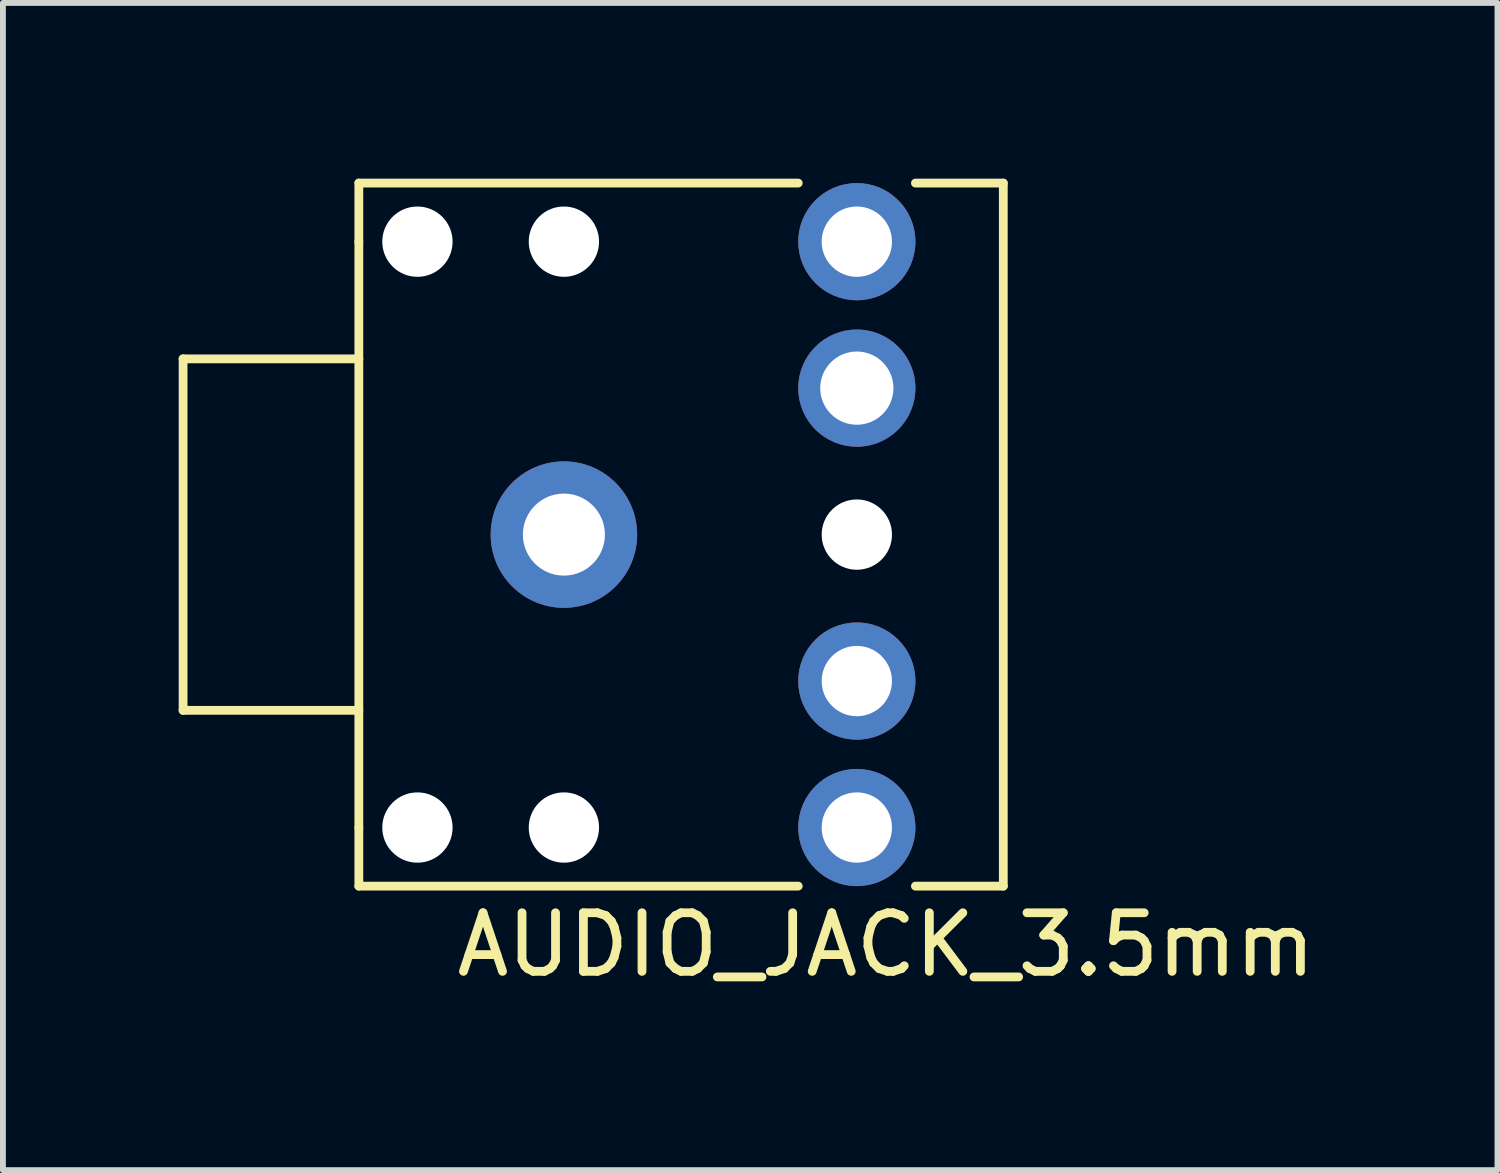
<source format=kicad_pcb>
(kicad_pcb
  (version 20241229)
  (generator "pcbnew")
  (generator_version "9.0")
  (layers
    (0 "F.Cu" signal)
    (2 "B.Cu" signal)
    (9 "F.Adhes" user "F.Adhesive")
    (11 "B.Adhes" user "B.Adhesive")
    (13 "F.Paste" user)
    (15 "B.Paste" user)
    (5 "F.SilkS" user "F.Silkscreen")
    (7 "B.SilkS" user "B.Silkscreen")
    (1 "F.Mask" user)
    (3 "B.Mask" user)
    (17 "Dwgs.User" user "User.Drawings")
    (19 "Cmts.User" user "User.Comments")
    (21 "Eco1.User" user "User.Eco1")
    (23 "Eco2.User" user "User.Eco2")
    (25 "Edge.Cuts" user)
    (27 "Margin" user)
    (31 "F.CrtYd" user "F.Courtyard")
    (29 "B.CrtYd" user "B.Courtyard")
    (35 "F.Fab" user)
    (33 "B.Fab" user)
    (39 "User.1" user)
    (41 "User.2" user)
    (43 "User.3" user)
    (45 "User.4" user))
  (footprint "AUDIO_JACK_3.5mm"
    (layer "F.Cu")
    (at 6.575 6.075)
    (property "Reference" "AUDIO_JACK_3.5mm" (at 5.5 7 0) (layer "F.SilkS") (effects (font (size 1 1) (thickness 0.15))))
    (attr through_hole)
    (fp_line (start -6.5 -3) (end -6.5 3) (stroke (width 0.15) (type solid)) (layer "F.SilkS"))
    (fp_line (start -6.5 3) (end -3.5 3) (stroke (width 0.15) (type solid)) (layer "F.SilkS"))
    (fp_line (start -3.5 -6) (end 4 -6) (stroke (width 0.15) (type solid)) (layer "F.SilkS"))
    (fp_line (start -3.5 -5) (end -3.5 -6) (stroke (width 0.15) (type solid)) (layer "F.SilkS"))
    (fp_line (start -3.5 -3) (end -6.5 -3) (stroke (width 0.15) (type solid)) (layer "F.SilkS"))
    (fp_line (start -3.5 5) (end -3.5 -5) (stroke (width 0.15) (type solid)) (layer "F.SilkS"))
    (fp_line (start -3.5 6) (end -3.5 5) (stroke (width 0.15) (type solid)) (layer "F.SilkS"))
    (fp_line (start 4 6) (end -3.5 6) (stroke (width 0.15) (type solid)) (layer "F.SilkS"))
    (fp_line (start 6 -6) (end 7.5 -6) (stroke (width 0.15) (type solid)) (layer "F.SilkS"))
    (fp_line (start 7.5 -6) (end 7.5 6) (stroke (width 0.15) (type solid)) (layer "F.SilkS"))
    (fp_line (start 7.5 6) (end 6 6) (stroke (width 0.15) (type solid)) (layer "F.SilkS"))
    (pad "" np_thru_hole circle (at -2.5 -5) (size 1.2 1.2) (drill 1.2) (layers "*.Cu" "*.Mask"))
    (pad "" np_thru_hole circle (at -2.5 5) (size 1.2 1.2) (drill 1.2) (layers "*.Cu" "*.Mask"))
    (pad "" np_thru_hole circle (at 0 -5) (size 1.2 1.2) (drill 1.2) (layers "*.Cu" "*.Mask"))
    (pad "" np_thru_hole circle (at 0 5) (size 1.2 1.2) (drill 1.2) (layers "*.Cu" "*.Mask"))
    (pad "" np_thru_hole circle (at 5 0) (size 1.2 1.2) (drill 1.2) (layers "*.Cu" "*.Mask"))
    (pad "G" thru_hole circle (at 0 0) (size 2.5 2.5) (drill 1.4) (layers "*.Cu" "*.Mask"))
    (pad "S" thru_hole circle (at 5 2.5) (size 2 2) (drill 1.2) (layers "*.Cu" "*.Mask"))
    (pad "S" thru_hole circle (at 5 5) (size 2 2) (drill 1.2) (layers "*.Cu" "*.Mask"))
    (pad "T" thru_hole circle (at 5 -5) (size 2 2) (drill 1.2) (layers "*.Cu" "*.Mask"))
    (pad "T" thru_hole circle (at 5 -2.5) (size 2 2) (drill 1.25) (layers "*.Cu" "*.Mask")))
  (gr_rect
    (start -3 -3)
    (end 22.51 16.923)
    (stroke (width 0.1) (type default))
    (fill no)
    (layer "Edge.Cuts")))
</source>
